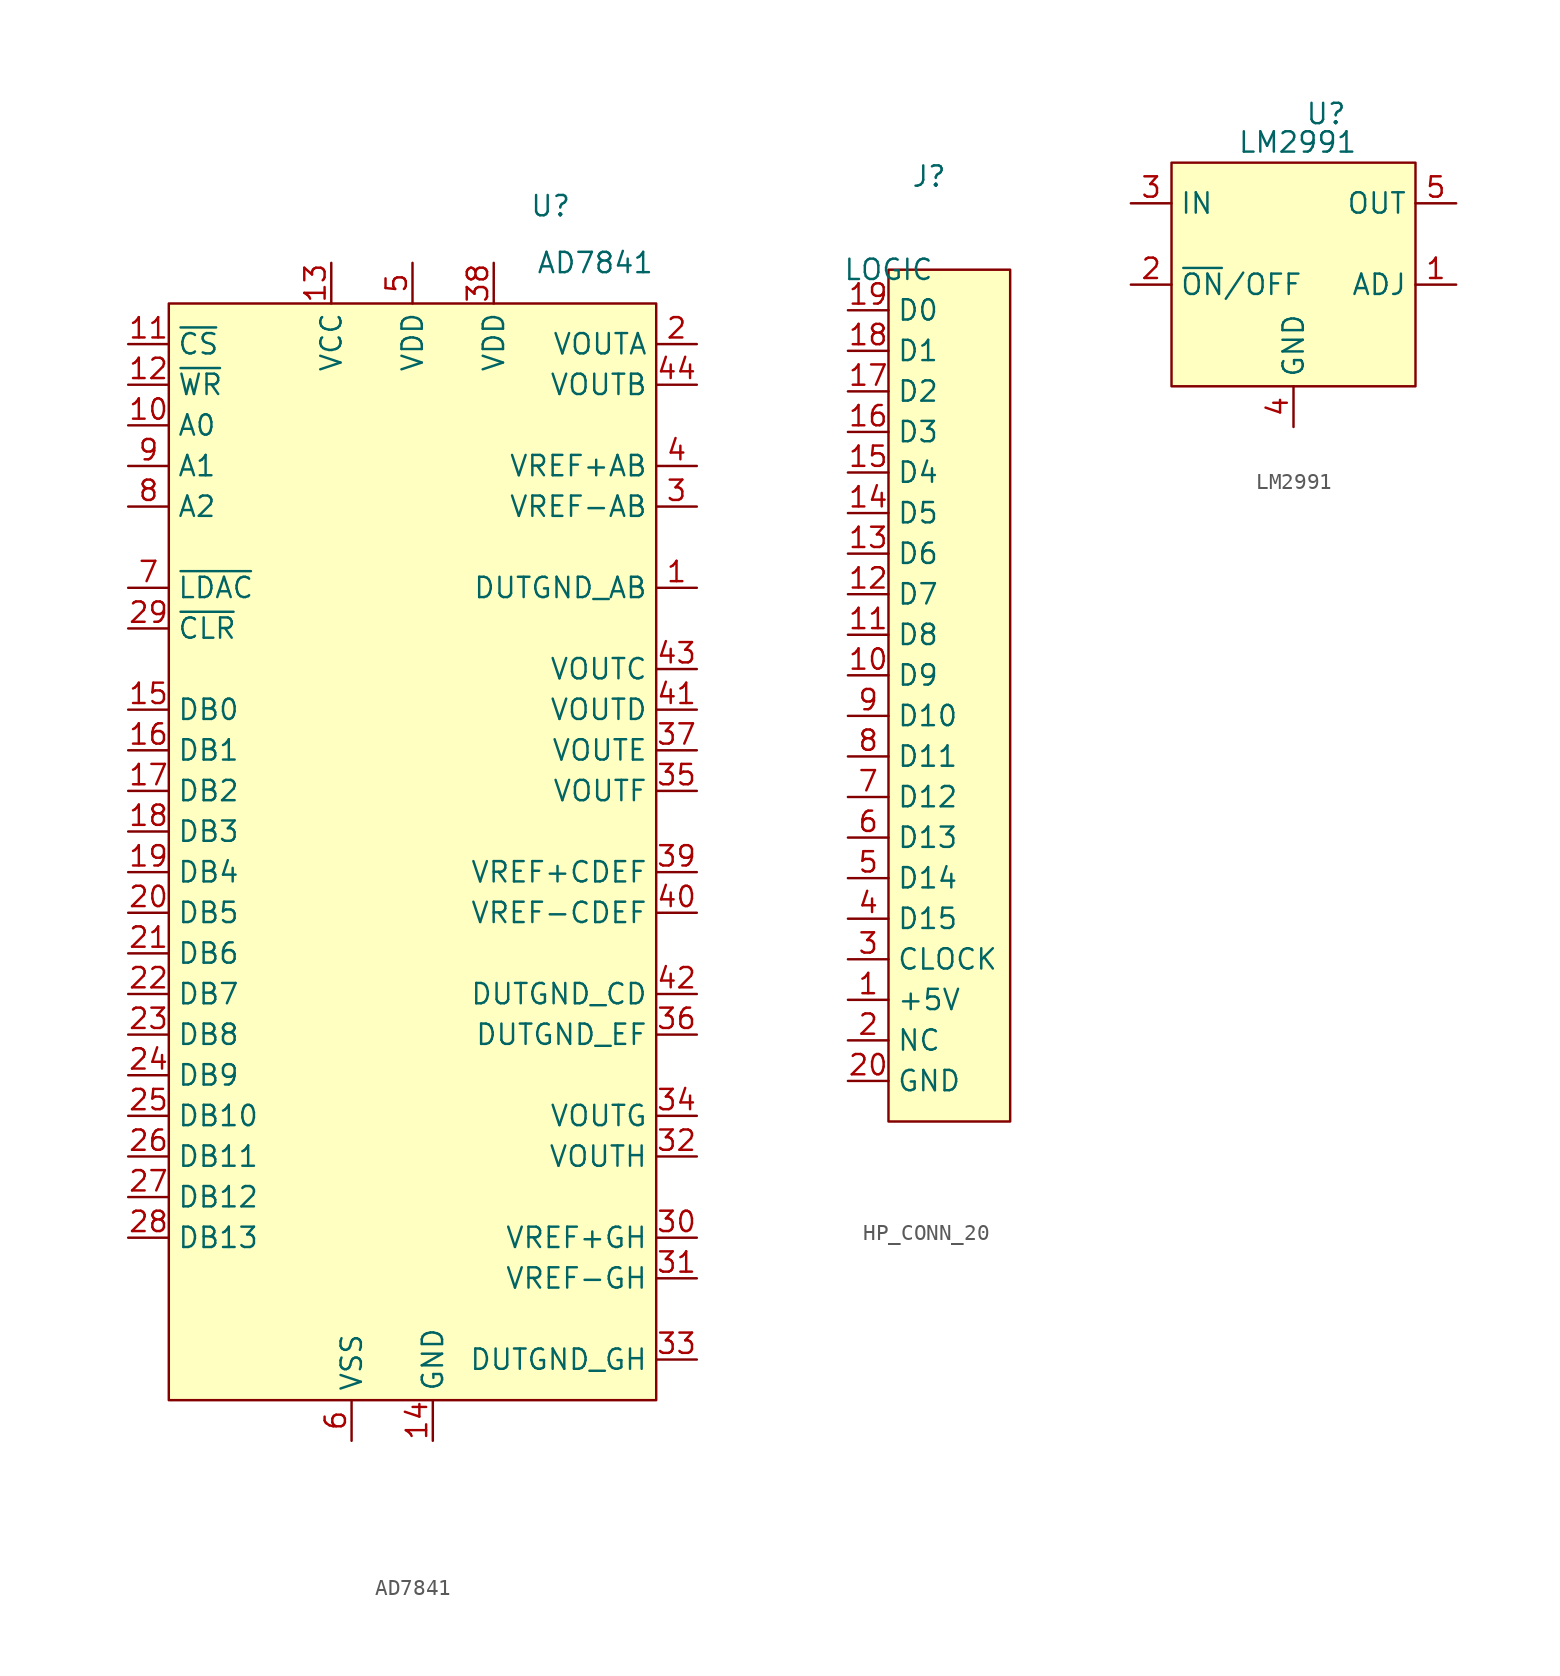
<source format=kicad_sym>
(kicad_symbol_lib
  (version 20241209)
  (generator "kicad_symbol_editor")
  (generator_version "9.0")
  (symbol "AD7841"
    (property "Reference" "U"
      (at 23.876 6.096 0)
      (effects (font (size 1.27 1.27))))
    (property "Value" "AD7841"
      (at 26.67 2.54 0)
      (effects (font (size 1.27 1.27))))
    (symbol "AD7841_0_0"
      (pin input line (at -2.54 -2.54 0) (length 2.54) (name "~{CS}" (effects (font (size 1.27 1.27)))) (number "11" (effects (font (size 1.27 1.27)))))
      (pin input line (at -2.54 -5.08 0) (length 2.54) (name "~{WR}" (effects (font (size 1.27 1.27)))) (number "12" (effects (font (size 1.27 1.27)))))
      (pin input line (at -2.54 -7.62 0) (length 2.54) (name "A0" (effects (font (size 1.27 1.27)))) (number "10" (effects (font (size 1.27 1.27)))))
      (pin input line (at -2.54 -10.16 0) (length 2.54) (name "A1" (effects (font (size 1.27 1.27)))) (number "9" (effects (font (size 1.27 1.27)))))
      (pin input line (at -2.54 -12.7 0) (length 2.54) (name "A2" (effects (font (size 1.27 1.27)))) (number "8" (effects (font (size 1.27 1.27)))))
      (pin input line (at -2.54 -17.78 0) (length 2.54) (name "~{LDAC}" (effects (font (size 1.27 1.27)))) (number "7" (effects (font (size 1.27 1.27)))))
      (pin input line (at -2.54 -20.32 0) (length 2.54) (name "~{CLR}" (effects (font (size 1.27 1.27)))) (number "29" (effects (font (size 1.27 1.27)))))
      (pin input line (at -2.54 -25.4 0) (length 2.54) (name "DB0" (effects (font (size 1.27 1.27)))) (number "15" (effects (font (size 1.27 1.27)))))
      (pin input line (at -2.54 -27.94 0) (length 2.54) (name "DB1" (effects (font (size 1.27 1.27)))) (number "16" (effects (font (size 1.27 1.27)))))
      (pin input line (at -2.54 -30.48 0) (length 2.54) (name "DB2" (effects (font (size 1.27 1.27)))) (number "17" (effects (font (size 1.27 1.27)))))
      (pin input line (at -2.54 -33.02 0) (length 2.54) (name "DB3" (effects (font (size 1.27 1.27)))) (number "18" (effects (font (size 1.27 1.27)))))
      (pin input line (at -2.54 -35.56 0) (length 2.54) (name "DB4" (effects (font (size 1.27 1.27)))) (number "19" (effects (font (size 1.27 1.27)))))
      (pin input line (at -2.54 -38.1 0) (length 2.54) (name "DB5" (effects (font (size 1.27 1.27)))) (number "20" (effects (font (size 1.27 1.27)))))
      (pin input line (at -2.54 -40.64 0) (length 2.54) (name "DB6" (effects (font (size 1.27 1.27)))) (number "21" (effects (font (size 1.27 1.27)))))
      (pin input line (at -2.54 -43.18 0) (length 2.54) (name "DB7" (effects (font (size 1.27 1.27)))) (number "22" (effects (font (size 1.27 1.27)))))
      (pin input line (at -2.54 -45.72 0) (length 2.54) (name "DB8" (effects (font (size 1.27 1.27)))) (number "23" (effects (font (size 1.27 1.27)))))
      (pin input line (at -2.54 -48.26 0) (length 2.54) (name "DB9" (effects (font (size 1.27 1.27)))) (number "24" (effects (font (size 1.27 1.27)))))
      (pin input line (at -2.54 -50.8 0) (length 2.54) (name "DB10" (effects (font (size 1.27 1.27)))) (number "25" (effects (font (size 1.27 1.27)))))
      (pin input line (at -2.54 -53.34 0) (length 2.54) (name "DB11" (effects (font (size 1.27 1.27)))) (number "26" (effects (font (size 1.27 1.27)))))
      (pin input line (at -2.54 -55.88 0) (length 2.54) (name "DB12" (effects (font (size 1.27 1.27)))) (number "27" (effects (font (size 1.27 1.27)))))
      (pin input line (at -2.54 -58.42 0) (length 2.54) (name "DB13" (effects (font (size 1.27 1.27)))) (number "28" (effects (font (size 1.27 1.27)))))
      (pin power_in line (at 10.16 2.54 270) (length 2.54) (name "VCC" (effects (font (size 1.27 1.27)))) (number "13" (effects (font (size 1.27 1.27)))))
      (pin power_in line (at 11.43 -71.12 90) (length 2.54) (name "VSS" (effects (font (size 1.27 1.27)))) (number "6" (effects (font (size 1.27 1.27)))))
      (pin power_in line (at 15.24 2.54 270) (length 2.54) (name "VDD" (effects (font (size 1.27 1.27)))) (number "5" (effects (font (size 1.27 1.27)))))
      (pin power_in line (at 16.51 -71.12 90) (length 2.54) (name "GND" (effects (font (size 1.27 1.27)))) (number "14" (effects (font (size 1.27 1.27)))))
      (pin power_in line (at 20.32 2.54 270) (length 2.54) (name "VDD" (effects (font (size 1.27 1.27)))) (number "38" (effects (font (size 1.27 1.27)))))
      (pin output line (at 33.02 -2.54 180) (length 2.54) (name "VOUTA" (effects (font (size 1.27 1.27)))) (number "2" (effects (font (size 1.27 1.27)))))
      (pin output line (at 33.02 -5.08 180) (length 2.54) (name "VOUTB" (effects (font (size 1.27 1.27)))) (number "44" (effects (font (size 1.27 1.27)))))
      (pin passive line (at 33.02 -10.16 180) (length 2.54) (name "VREF+AB" (effects (font (size 1.27 1.27)))) (number "4" (effects (font (size 1.27 1.27)))))
      (pin passive line (at 33.02 -12.7 180) (length 2.54) (name "VREF-AB" (effects (font (size 1.27 1.27)))) (number "3" (effects (font (size 1.27 1.27)))))
      (pin power_in line (at 33.02 -17.78 180) (length 2.54) (name "DUTGND_AB" (effects (font (size 1.27 1.27)))) (number "1" (effects (font (size 1.27 1.27)))))
      (pin output line (at 33.02 -22.86 180) (length 2.54) (name "VOUTC" (effects (font (size 1.27 1.27)))) (number "43" (effects (font (size 1.27 1.27)))))
      (pin output line (at 33.02 -25.4 180) (length 2.54) (name "VOUTD" (effects (font (size 1.27 1.27)))) (number "41" (effects (font (size 1.27 1.27)))))
      (pin output line (at 33.02 -27.94 180) (length 2.54) (name "VOUTE" (effects (font (size 1.27 1.27)))) (number "37" (effects (font (size 1.27 1.27)))))
      (pin output line (at 33.02 -30.48 180) (length 2.54) (name "VOUTF" (effects (font (size 1.27 1.27)))) (number "35" (effects (font (size 1.27 1.27)))))
      (pin passive line (at 33.02 -35.56 180) (length 2.54) (name "VREF+CDEF" (effects (font (size 1.27 1.27)))) (number "39" (effects (font (size 1.27 1.27)))))
      (pin passive line (at 33.02 -38.1 180) (length 2.54) (name "VREF-CDEF" (effects (font (size 1.27 1.27)))) (number "40" (effects (font (size 1.27 1.27)))))
      (pin power_in line (at 33.02 -43.18 180) (length 2.54) (name "DUTGND_CD" (effects (font (size 1.27 1.27)))) (number "42" (effects (font (size 1.27 1.27)))))
      (pin power_in line (at 33.02 -45.72 180) (length 2.54) (name "DUTGND_EF" (effects (font (size 1.27 1.27)))) (number "36" (effects (font (size 1.27 1.27)))))
      (pin output line (at 33.02 -50.8 180) (length 2.54) (name "VOUTG" (effects (font (size 1.27 1.27)))) (number "34" (effects (font (size 1.27 1.27)))))
      (pin output line (at 33.02 -53.34 180) (length 2.54) (name "VOUTH" (effects (font (size 1.27 1.27)))) (number "32" (effects (font (size 1.27 1.27)))))
      (pin passive line (at 33.02 -58.42 180) (length 2.54) (name "VREF+GH" (effects (font (size 1.27 1.27)))) (number "30" (effects (font (size 1.27 1.27)))))
      (pin passive line (at 33.02 -60.96 180) (length 2.54) (name "VREF-GH" (effects (font (size 1.27 1.27)))) (number "31" (effects (font (size 1.27 1.27)))))
      (pin power_in line (at 33.02 -66.04 180) (length 2.54) (name "DUTGND_GH" (effects (font (size 1.27 1.27)))) (number "33" (effects (font (size 1.27 1.27))))))
    (symbol "AD7841_1_1"
      (rectangle (start 0 0) (end 30.48 -68.58) (stroke (width 0) (type solid)) (fill (type background)))))
  (symbol "HP_CONN_20"
    (property "Reference" "J"
      (at 2.54 5.842 0)
      (effects (font (size 1.27 1.27))))
    (property "Value" "LOGIC"
      (at 0 0 0)
      (effects (font (size 1.27 1.27))))
    (symbol "HP_CONN_20_0_0"
      (pin unspecified line (at -2.54 -2.54 0) (length 2.54) (name "D0" (effects (font (size 1.27 1.27)))) (number "19" (effects (font (size 1.27 1.27)))))
      (pin unspecified line (at -2.54 -5.08 0) (length 2.54) (name "D1" (effects (font (size 1.27 1.27)))) (number "18" (effects (font (size 1.27 1.27)))))
      (pin unspecified line (at -2.54 -7.62 0) (length 2.54) (name "D2" (effects (font (size 1.27 1.27)))) (number "17" (effects (font (size 1.27 1.27)))))
      (pin unspecified line (at -2.54 -10.16 0) (length 2.54) (name "D3" (effects (font (size 1.27 1.27)))) (number "16" (effects (font (size 1.27 1.27)))))
      (pin unspecified line (at -2.54 -12.7 0) (length 2.54) (name "D4" (effects (font (size 1.27 1.27)))) (number "15" (effects (font (size 1.27 1.27)))))
      (pin unspecified line (at -2.54 -15.24 0) (length 2.54) (name "D5" (effects (font (size 1.27 1.27)))) (number "14" (effects (font (size 1.27 1.27)))))
      (pin unspecified line (at -2.54 -17.78 0) (length 2.54) (name "D6" (effects (font (size 1.27 1.27)))) (number "13" (effects (font (size 1.27 1.27)))))
      (pin unspecified line (at -2.54 -20.32 0) (length 2.54) (name "D7" (effects (font (size 1.27 1.27)))) (number "12" (effects (font (size 1.27 1.27)))))
      (pin unspecified line (at -2.54 -22.86 0) (length 2.54) (name "D8" (effects (font (size 1.27 1.27)))) (number "11" (effects (font (size 1.27 1.27)))))
      (pin unspecified line (at -2.54 -25.4 0) (length 2.54) (name "D9" (effects (font (size 1.27 1.27)))) (number "10" (effects (font (size 1.27 1.27)))))
      (pin unspecified line (at -2.54 -27.94 0) (length 2.54) (name "D10" (effects (font (size 1.27 1.27)))) (number "9" (effects (font (size 1.27 1.27)))))
      (pin unspecified line (at -2.54 -30.48 0) (length 2.54) (name "D11" (effects (font (size 1.27 1.27)))) (number "8" (effects (font (size 1.27 1.27)))))
      (pin unspecified line (at -2.54 -33.02 0) (length 2.54) (name "D12" (effects (font (size 1.27 1.27)))) (number "7" (effects (font (size 1.27 1.27)))))
      (pin unspecified line (at -2.54 -35.56 0) (length 2.54) (name "D13" (effects (font (size 1.27 1.27)))) (number "6" (effects (font (size 1.27 1.27)))))
      (pin unspecified line (at -2.54 -38.1 0) (length 2.54) (name "D14" (effects (font (size 1.27 1.27)))) (number "5" (effects (font (size 1.27 1.27)))))
      (pin unspecified line (at -2.54 -40.64 0) (length 2.54) (name "D15" (effects (font (size 1.27 1.27)))) (number "4" (effects (font (size 1.27 1.27)))))
      (pin unspecified line (at -2.54 -43.18 0) (length 2.54) (name "CLOCK" (effects (font (size 1.27 1.27)))) (number "3" (effects (font (size 1.27 1.27)))))
      (pin unspecified line (at -2.54 -45.72 0) (length 2.54) (name "+5V" (effects (font (size 1.27 1.27)))) (number "1" (effects (font (size 1.27 1.27)))))
      (pin unspecified line (at -2.54 -48.26 0) (length 2.54) (name "NC" (effects (font (size 1.27 1.27)))) (number "2" (effects (font (size 1.27 1.27)))))
      (pin unspecified line (at -2.54 -50.8 0) (length 2.54) (name "GND" (effects (font (size 1.27 1.27)))) (number "20" (effects (font (size 1.27 1.27))))))
    (symbol "HP_CONN_20_1_1"
      (rectangle (start 0 0) (end 7.62 -53.34) (stroke (width 0) (type solid)) (fill (type background)))))
  (symbol "LM2991"
    (property "Reference" "U"
      (at 9.652 3.048 0)
      (effects (font (size 1.27 1.27))))
    (property "Value" "LM2991"
      (at 7.874 1.27 0)
      (effects (font (size 1.27 1.27))))
    (symbol "LM2991_1_1"
      (rectangle (start 0 0) (end 15.24 -13.97) (stroke (width 0) (type solid)) (fill (type background)))
      (pin power_in line (at -2.54 -2.54 0) (length 2.54) (name "IN" (effects (font (size 1.27 1.27)))) (number "3" (effects (font (size 1.27 1.27)))))
      (pin input line (at -2.54 -7.62 0) (length 2.54) (name "~{ON}/OFF" (effects (font (size 1.27 1.27)))) (number "2" (effects (font (size 1.27 1.27)))))
      (pin power_in line (at 7.62 -16.51 90) (length 2.54) (name "GND" (effects (font (size 1.27 1.27)))) (number "4" (effects (font (size 1.27 1.27)))))
      (pin power_out line (at 17.78 -2.54 180) (length 2.54) (name "OUT" (effects (font (size 1.27 1.27)))) (number "5" (effects (font (size 1.27 1.27)))))
      (pin passive line (at 17.78 -7.62 180) (length 2.54) (name "ADJ" (effects (font (size 1.27 1.27)))) (number "1" (effects (font (size 1.27 1.27))))))))
</source>
